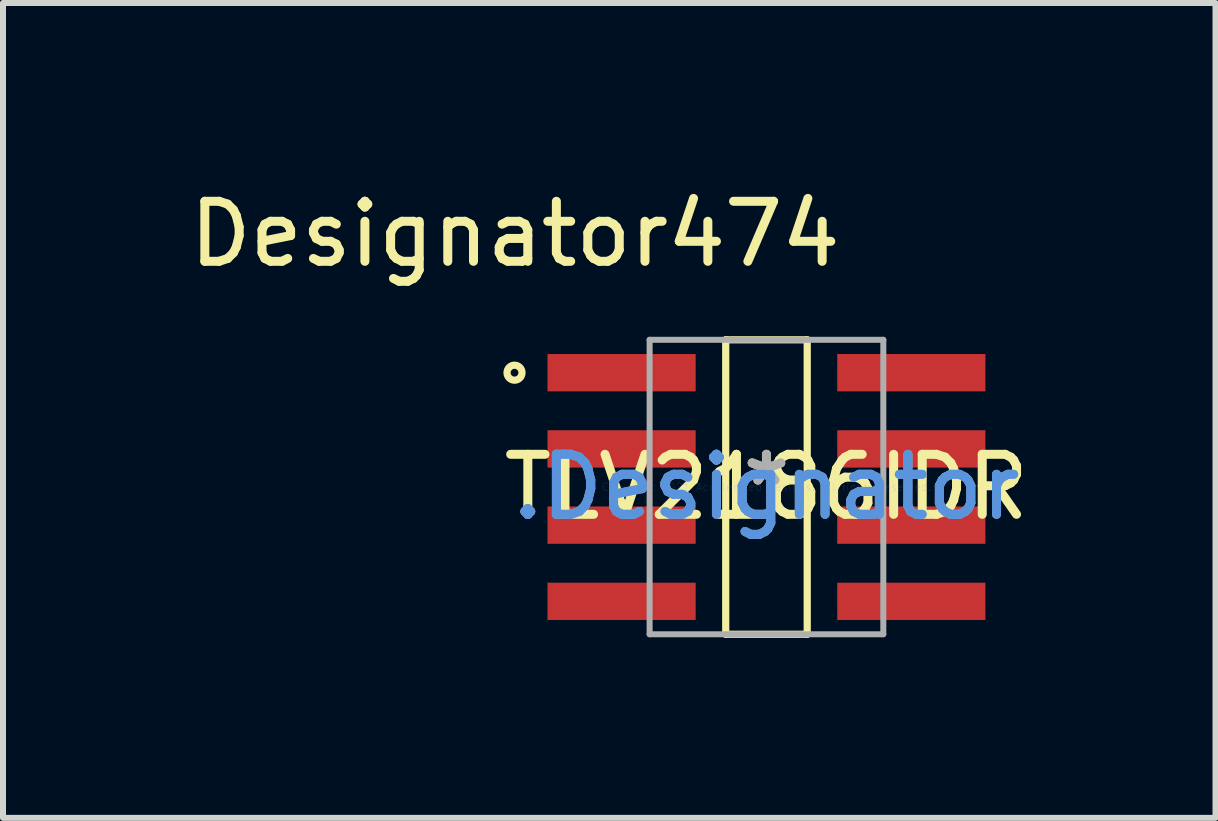
<source format=kicad_pcb>
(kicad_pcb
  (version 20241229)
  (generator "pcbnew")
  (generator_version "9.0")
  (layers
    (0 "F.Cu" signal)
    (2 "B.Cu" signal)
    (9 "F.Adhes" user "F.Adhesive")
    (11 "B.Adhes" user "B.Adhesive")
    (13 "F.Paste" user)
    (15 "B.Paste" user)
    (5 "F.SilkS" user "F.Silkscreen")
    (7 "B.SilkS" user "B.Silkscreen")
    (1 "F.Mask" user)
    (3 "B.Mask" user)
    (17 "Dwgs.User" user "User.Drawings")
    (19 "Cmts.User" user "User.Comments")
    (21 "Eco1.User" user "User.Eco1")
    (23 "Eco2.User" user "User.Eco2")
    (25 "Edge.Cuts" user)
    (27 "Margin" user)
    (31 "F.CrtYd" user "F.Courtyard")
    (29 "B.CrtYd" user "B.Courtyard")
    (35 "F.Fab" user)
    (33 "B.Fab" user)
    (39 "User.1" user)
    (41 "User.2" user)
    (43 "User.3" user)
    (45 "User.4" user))
  (footprint "TLV2186IDR"
    (layer "F.Cu")
    (at 9.721 5.065)
    (property "Reference" "TLV2186IDR" (at 0 0 0) (layer "F.SilkS") (effects (font (size 1 1) (thickness 0.15))))
    (attr through_hole)
    (fp_line (start -0.679 -2.453) (end 0.679 -2.453) (stroke (width 0.12) (type solid)) (layer "F.SilkS"))
    (fp_line (start -0.679 2.453) (end -0.679 -2.453) (stroke (width 0.12) (type solid)) (layer "F.SilkS"))
    (fp_line (start -0.679 2.453) (end 0.679 2.453) (stroke (width 0.12) (type solid)) (layer "F.SilkS"))
    (fp_line (start 0.679 2.453) (end 0.679 -2.453) (stroke (width 0.12) (type solid)) (layer "F.SilkS"))
    (fp_circle (center -4.198 -1.905) (end -4.073 -1.905) (stroke (width 0.12) (type solid)) (fill no) (layer "F.SilkS"))
    (fp_line (start -1.947 -2.453) (end 1.947 -2.453) (stroke (width 0.1) (type solid)) (layer "F.Fab"))
    (fp_line (start -1.947 2.453) (end -1.947 -2.453) (stroke (width 0.1) (type solid)) (layer "F.Fab"))
    (fp_line (start -1.947 2.453) (end 1.947 2.453) (stroke (width 0.1) (type solid)) (layer "F.Fab"))
    (fp_line (start 1.947 2.453) (end 1.947 -2.453) (stroke (width 0.1) (type solid)) (layer "F.Fab"))
    (fp_text user "*" (at 0 0 0) (layer "F.SilkS") (effects (font (size 1 1) (thickness 0.15))))
    (fp_text user "Designator474" (at -4.191 -4.216 0) (layer "F.SilkS") (effects (font (size 1 1) (thickness 0.15))))
    (fp_text user "Copyright 2021 Accelerated Designs. All rights reserved." (at 0 0 0) (layer "Cmts.User") (effects (font (size 0.127 0.127) (thickness 0.002))))
    (fp_text user ".Designator" (at 0 0 0) (layer "Cmts.User") (effects (font (size 1 1) (thickness 0.15))))
    (fp_text user ".Designator" (at 0 0 0) (layer "F.Fab") (effects (font (size 1 1) (thickness 0.15))))
    (fp_text user "*" (at 0 0 0) (layer "F.Fab") (effects (font (size 1 1) (thickness 0.15))))
    (pad "1" smd rect (at -2.414 -1.905) (size 2.469 0.622) (layers "F.Cu" "F.Mask" "F.Paste"))
    (pad "2" smd rect (at -2.414 -0.635) (size 2.469 0.622) (layers "F.Cu" "F.Mask" "F.Paste"))
    (pad "3" smd rect (at -2.414 0.635) (size 2.469 0.622) (layers "F.Cu" "F.Mask" "F.Paste"))
    (pad "4" smd rect (at -2.414 1.905) (size 2.469 0.622) (layers "F.Cu" "F.Mask" "F.Paste"))
    (pad "5" smd rect (at 2.414 1.905) (size 2.469 0.622) (layers "F.Cu" "F.Mask" "F.Paste"))
    (pad "6" smd rect (at 2.414 0.635) (size 2.469 0.622) (layers "F.Cu" "F.Mask" "F.Paste"))
    (pad "7" smd rect (at 2.414 -0.635) (size 2.469 0.622) (layers "F.Cu" "F.Mask" "F.Paste"))
    (pad "8" smd rect (at 2.414 -1.905) (size 2.469 0.622) (layers "F.Cu" "F.Mask" "F.Paste")))
  (gr_rect
    (start -3 -3)
    (end 17.203 10.577)
    (stroke (width 0.1) (type default))
    (fill no)
    (layer "Edge.Cuts")))
</source>
